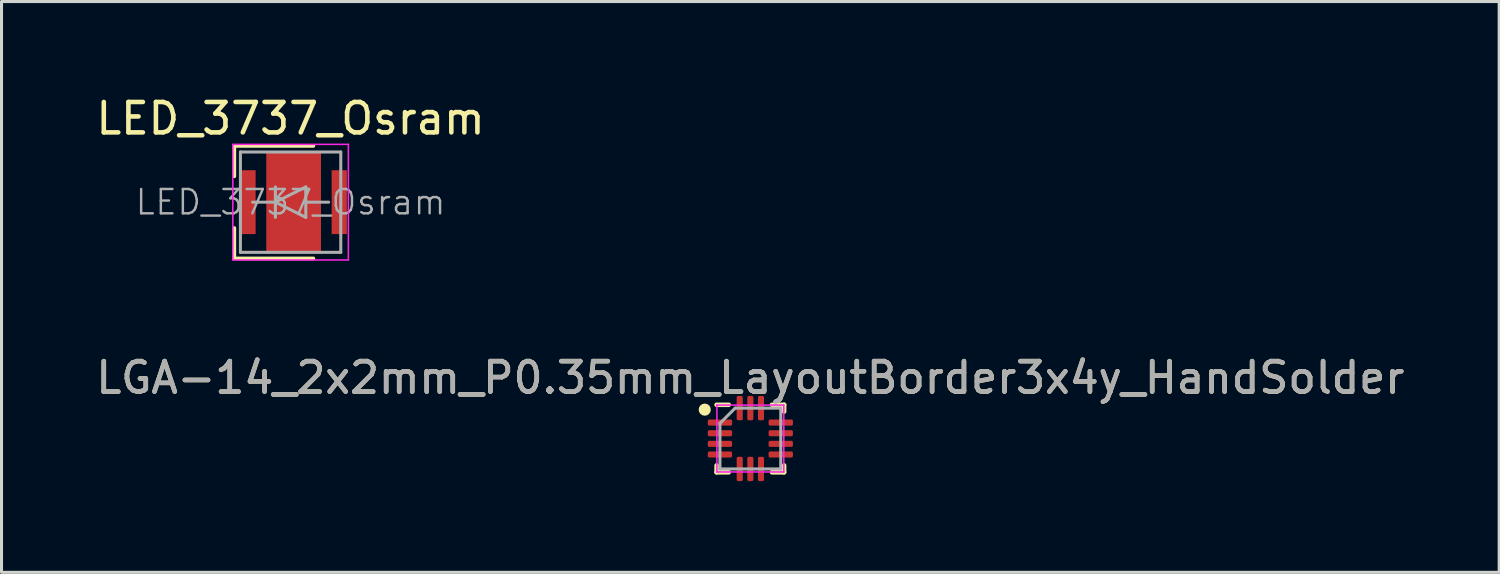
<source format=kicad_pcb>
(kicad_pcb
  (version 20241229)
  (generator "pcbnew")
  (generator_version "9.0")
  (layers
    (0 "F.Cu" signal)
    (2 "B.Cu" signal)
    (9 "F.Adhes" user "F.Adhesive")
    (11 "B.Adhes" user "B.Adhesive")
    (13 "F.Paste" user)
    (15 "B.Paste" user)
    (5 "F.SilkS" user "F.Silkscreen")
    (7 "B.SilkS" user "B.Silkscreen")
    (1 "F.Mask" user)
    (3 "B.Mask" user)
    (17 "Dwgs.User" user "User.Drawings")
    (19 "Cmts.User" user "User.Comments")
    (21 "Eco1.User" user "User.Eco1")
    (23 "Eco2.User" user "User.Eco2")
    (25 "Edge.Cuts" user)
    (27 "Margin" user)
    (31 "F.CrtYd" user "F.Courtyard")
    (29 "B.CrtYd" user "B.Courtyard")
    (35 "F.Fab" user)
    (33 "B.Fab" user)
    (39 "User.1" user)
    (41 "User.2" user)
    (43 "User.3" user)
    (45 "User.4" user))
  (footprint "LGA-14_2x2mm_P0.35mm_LayoutBorder3x4y_HandSolder"
    (layer "F.Cu")
    (at 21.625 11.371)
    (property "Reference" "LGA-14_2x2mm_P0.35mm_LayoutBorder3x4y_HandSolder" (at 0 -2 0) (layer "F.SilkS") (effects (font (size 1 1) (thickness 0.15))))
    (attr smd)
    (fp_line (start -1.11 1.11) (end -1.11 0.885) (stroke (width 0.15) (type solid)) (layer "F.SilkS"))
    (fp_line (start -0.71 -1.11) (end -1.11 -1.11) (stroke (width 0.15) (type solid)) (layer "F.SilkS"))
    (fp_line (start -0.71 1.11) (end -1.11 1.11) (stroke (width 0.15) (type solid)) (layer "F.SilkS"))
    (fp_line (start 0.71 -1.11) (end 1.11 -1.11) (stroke (width 0.15) (type solid)) (layer "F.SilkS"))
    (fp_line (start 0.71 1.11) (end 1.11 1.11) (stroke (width 0.15) (type solid)) (layer "F.SilkS"))
    (fp_line (start 1.11 -1.11) (end 1.11 -0.885) (stroke (width 0.15) (type solid)) (layer "F.SilkS"))
    (fp_line (start 1.11 1.11) (end 1.11 0.885) (stroke (width 0.15) (type solid)) (layer "F.SilkS"))
    (fp_circle (center -1.5 -0.95) (end -1.4 -0.95) (stroke (width 0.2) (type solid)) (fill no) (layer "F.SilkS"))
    (fp_line (start -1.1 -1.1) (end -1.1 1.1) (stroke (width 0.05) (type solid)) (layer "F.CrtYd"))
    (fp_line (start -1.1 1.1) (end 1.1 1.1) (stroke (width 0.05) (type solid)) (layer "F.CrtYd"))
    (fp_line (start 1.1 -1.1) (end -1.1 -1.1) (stroke (width 0.05) (type solid)) (layer "F.CrtYd"))
    (fp_line (start 1.1 1.1) (end 1.1 -1.1) (stroke (width 0.05) (type solid)) (layer "F.CrtYd"))
    (fp_line (start -1 -0.5) (end -0.5 -1) (stroke (width 0.1) (type solid)) (layer "F.Fab"))
    (fp_line (start -1 1) (end -1 -0.5) (stroke (width 0.1) (type solid)) (layer "F.Fab"))
    (fp_line (start -0.5 -1) (end 1 -1) (stroke (width 0.1) (type solid)) (layer "F.Fab"))
    (fp_line (start 1 -1) (end 1 1) (stroke (width 0.1) (type solid)) (layer "F.Fab"))
    (fp_line (start 1 1) (end -1 1) (stroke (width 0.1) (type solid)) (layer "F.Fab"))
    (fp_text user "${REFERENCE}" (at 0 -2 0) (layer "F.Fab") (effects (font (size 1 1) (thickness 0.15))))
    (pad "1" smd roundrect (at -1 -0.525) (size 0.8 0.2) (layers "F.Cu" "F.Mask" "F.Paste") (roundrect_rratio 0.25))
    (pad "2" smd roundrect (at -1 -0.175) (size 0.8 0.2) (layers "F.Cu" "F.Mask" "F.Paste") (roundrect_rratio 0.25))
    (pad "3" smd roundrect (at -1 0.175) (size 0.8 0.2) (layers "F.Cu" "F.Mask" "F.Paste") (roundrect_rratio 0.25))
    (pad "4" smd roundrect (at -1 0.525) (size 0.8 0.2) (layers "F.Cu" "F.Mask" "F.Paste") (roundrect_rratio 0.25))
    (pad "5" smd roundrect (at -0.35 1) (size 0.2 0.8) (layers "F.Cu" "F.Mask" "F.Paste") (roundrect_rratio 0.25))
    (pad "6" smd roundrect (at 0 1) (size 0.2 0.8) (layers "F.Cu" "F.Mask" "F.Paste") (roundrect_rratio 0.25))
    (pad "7" smd roundrect (at 0.35 1) (size 0.2 0.8) (layers "F.Cu" "F.Mask" "F.Paste") (roundrect_rratio 0.25))
    (pad "8" smd roundrect (at 1 0.525) (size 0.8 0.2) (layers "F.Cu" "F.Mask" "F.Paste") (roundrect_rratio 0.25))
    (pad "9" smd roundrect (at 1 0.175) (size 0.8 0.2) (layers "F.Cu" "F.Mask" "F.Paste") (roundrect_rratio 0.25))
    (pad "10" smd roundrect (at 1 -0.175) (size 0.8 0.2) (layers "F.Cu" "F.Mask" "F.Paste") (roundrect_rratio 0.25))
    (pad "11" smd roundrect (at 1 -0.525) (size 0.8 0.2) (layers "F.Cu" "F.Mask" "F.Paste") (roundrect_rratio 0.25))
    (pad "12" smd roundrect (at 0.35 -1) (size 0.2 0.8) (layers "F.Cu" "F.Mask" "F.Paste") (roundrect_rratio 0.25))
    (pad "13" smd roundrect (at 0 -1) (size 0.2 0.8) (layers "F.Cu" "F.Mask" "F.Paste") (roundrect_rratio 0.25))
    (pad "14" smd roundrect (at -0.35 -1) (size 0.2 0.8) (layers "F.Cu" "F.Mask" "F.Paste") (roundrect_rratio 0.25)))
  (footprint "LED_3737_Osram"
    (layer "F.Cu")
    (at 6.506 3.598)
    (property "Reference" "LED_3737_Osram" (at 0 -2.75 0) (layer "F.SilkS") (effects (font (size 1 1) (thickness 0.15))))
    (attr smd)
    (fp_line (start -1.85 -1.85) (end -1.85 -0.85) (stroke (width 0.12) (type solid)) (layer "F.SilkS"))
    (fp_line (start -1.85 1.85) (end -1.85 0.85) (stroke (width 0.12) (type solid)) (layer "F.SilkS"))
    (fp_line (start 0.75 -1.85) (end -1.85 -1.85) (stroke (width 0.12) (type solid)) (layer "F.SilkS"))
    (fp_line (start 0.75 1.85) (end -1.85 1.85) (stroke (width 0.12) (type solid)) (layer "F.SilkS"))
    (fp_line (start -1.9 -1.9) (end -1.9 1.9) (stroke (width 0.05) (type solid)) (layer "F.CrtYd"))
    (fp_line (start -1.9 1.9) (end 1.9 1.9) (stroke (width 0.05) (type solid)) (layer "F.CrtYd"))
    (fp_line (start 1.9 -1.9) (end -1.9 -1.9) (stroke (width 0.05) (type solid)) (layer "F.CrtYd"))
    (fp_line (start 1.9 1.9) (end 1.9 -1.9) (stroke (width 0.05) (type solid)) (layer "F.CrtYd"))
    (fp_line (start -1.65 -1.65) (end 1.65 -1.65) (stroke (width 0.1) (type solid)) (layer "F.Fab"))
    (fp_line (start -1.65 1.65) (end -1.65 -1.65) (stroke (width 0.1) (type solid)) (layer "F.Fab"))
    (fp_line (start -1.25 0) (end -0.5 0) (stroke (width 0.1) (type solid)) (layer "F.Fab"))
    (fp_line (start -0.5 -0.5) (end -0.5 0.5) (stroke (width 0.1) (type solid)) (layer "F.Fab"))
    (fp_line (start -0.5 0) (end 0.5 -0.5) (stroke (width 0.1) (type solid)) (layer "F.Fab"))
    (fp_line (start 0.5 -0.5) (end 0.5 0.5) (stroke (width 0.1) (type solid)) (layer "F.Fab"))
    (fp_line (start 0.5 0.5) (end -0.5 0) (stroke (width 0.1) (type solid)) (layer "F.Fab"))
    (fp_line (start 1.25 0) (end 0.5 0) (stroke (width 0.1) (type solid)) (layer "F.Fab"))
    (fp_line (start 1.65 -1.65) (end 1.65 1.65) (stroke (width 0.1) (type solid)) (layer "F.Fab"))
    (fp_line (start 1.65 1.65) (end -1.65 1.65) (stroke (width 0.1) (type solid)) (layer "F.Fab"))
    (fp_text user "${REFERENCE}" (at 0 0 0) (layer "F.Fab") (effects (font (size 0.8 0.8) (thickness 0.08))))
    (pad "1" smd rect (at -1.4 0) (size 0.5 2.1) (layers "F.Cu" "F.Mask" "F.Paste"))
    (pad "2" smd rect (at 1.6 0) (size 0.5 2.1) (layers "F.Cu" "F.Mask" "F.Paste"))
    (pad "3" smd rect (at 0.1 0) (size 1.8 3.3) (layers "F.Cu" "F.Mask" "F.Paste")))
  (gr_rect
    (start -3 -3)
    (end 46.25 15.771)
    (stroke (width 0.1) (type default))
    (fill no)
    (layer "Edge.Cuts")))
</source>
